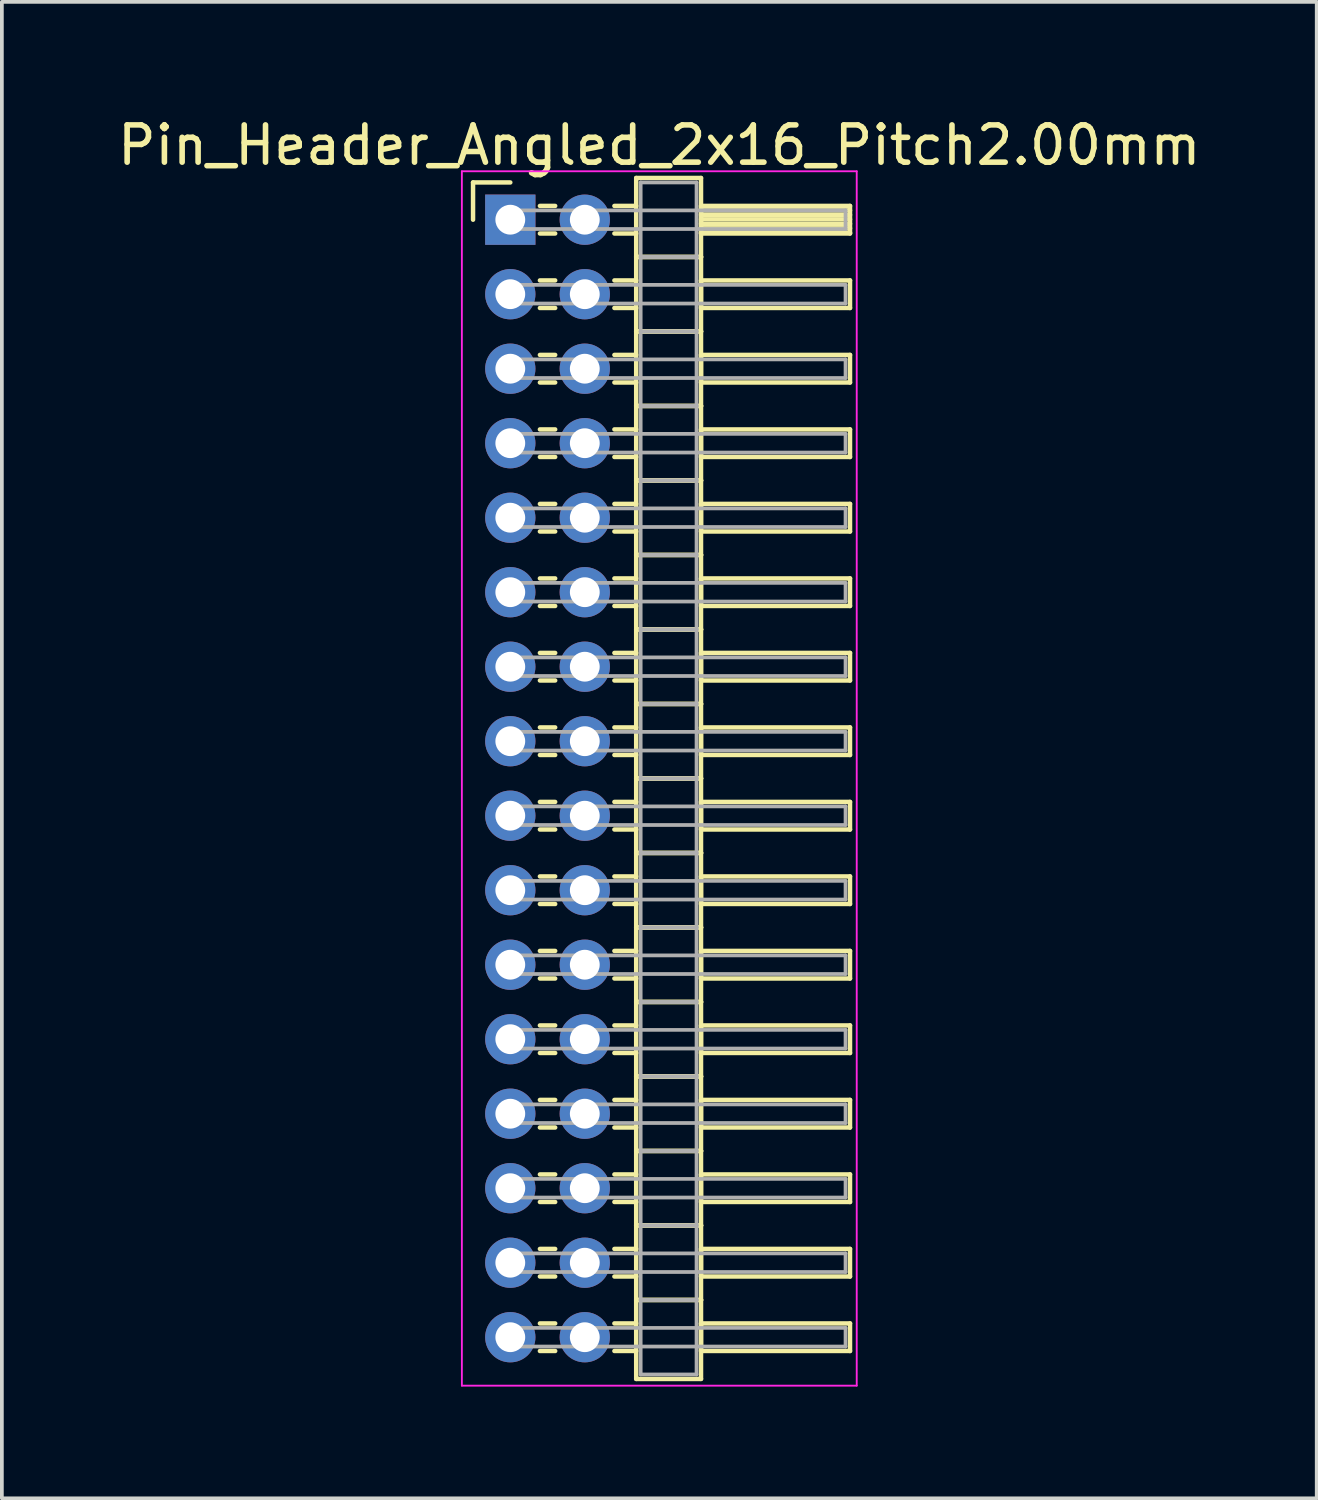
<source format=kicad_pcb>
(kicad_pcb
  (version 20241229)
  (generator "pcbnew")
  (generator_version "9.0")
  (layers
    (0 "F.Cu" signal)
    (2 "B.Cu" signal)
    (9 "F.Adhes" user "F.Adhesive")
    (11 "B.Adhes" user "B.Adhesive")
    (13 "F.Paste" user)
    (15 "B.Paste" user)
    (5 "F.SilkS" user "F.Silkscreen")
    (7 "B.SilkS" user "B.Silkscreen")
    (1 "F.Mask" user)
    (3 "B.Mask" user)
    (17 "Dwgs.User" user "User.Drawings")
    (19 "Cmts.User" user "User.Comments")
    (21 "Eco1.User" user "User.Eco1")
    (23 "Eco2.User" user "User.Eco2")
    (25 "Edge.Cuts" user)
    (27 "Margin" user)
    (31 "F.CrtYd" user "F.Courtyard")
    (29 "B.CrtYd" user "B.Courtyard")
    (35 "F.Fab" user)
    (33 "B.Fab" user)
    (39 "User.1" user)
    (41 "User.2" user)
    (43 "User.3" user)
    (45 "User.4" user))
  (footprint "Pin_Header_Angled_2x16_Pitch2.00mm"
    (layer "F.Cu")
    (at 10.649 2.848)
    (property "Reference" "Pin_Header_Angled_2x16_Pitch2.00mm" (at 4 -2 0) (layer "F.SilkS") (effects (font (size 1 1) (thickness 0.15))))
    (attr through_hole)
    (fp_line (start -1 -1) (end 0 -1) (stroke (width 0.12) (type solid)) (layer "F.SilkS"))
    (fp_line (start -1 0) (end -1 -1) (stroke (width 0.12) (type solid)) (layer "F.SilkS"))
    (fp_line (start 0.795 -0.37) (end 1.205 -0.37) (stroke (width 0.12) (type solid)) (layer "F.SilkS"))
    (fp_line (start 0.795 0.37) (end 1.205 0.37) (stroke (width 0.12) (type solid)) (layer "F.SilkS"))
    (fp_line (start 0.795 1.63) (end 1.205 1.63) (stroke (width 0.12) (type solid)) (layer "F.SilkS"))
    (fp_line (start 0.795 2.37) (end 1.205 2.37) (stroke (width 0.12) (type solid)) (layer "F.SilkS"))
    (fp_line (start 0.795 3.63) (end 1.205 3.63) (stroke (width 0.12) (type solid)) (layer "F.SilkS"))
    (fp_line (start 0.795 4.37) (end 1.205 4.37) (stroke (width 0.12) (type solid)) (layer "F.SilkS"))
    (fp_line (start 0.795 5.63) (end 1.205 5.63) (stroke (width 0.12) (type solid)) (layer "F.SilkS"))
    (fp_line (start 0.795 6.37) (end 1.205 6.37) (stroke (width 0.12) (type solid)) (layer "F.SilkS"))
    (fp_line (start 0.795 7.63) (end 1.205 7.63) (stroke (width 0.12) (type solid)) (layer "F.SilkS"))
    (fp_line (start 0.795 8.37) (end 1.205 8.37) (stroke (width 0.12) (type solid)) (layer "F.SilkS"))
    (fp_line (start 0.795 9.63) (end 1.205 9.63) (stroke (width 0.12) (type solid)) (layer "F.SilkS"))
    (fp_line (start 0.795 10.37) (end 1.205 10.37) (stroke (width 0.12) (type solid)) (layer "F.SilkS"))
    (fp_line (start 0.795 11.63) (end 1.205 11.63) (stroke (width 0.12) (type solid)) (layer "F.SilkS"))
    (fp_line (start 0.795 12.37) (end 1.205 12.37) (stroke (width 0.12) (type solid)) (layer "F.SilkS"))
    (fp_line (start 0.795 13.63) (end 1.205 13.63) (stroke (width 0.12) (type solid)) (layer "F.SilkS"))
    (fp_line (start 0.795 14.37) (end 1.205 14.37) (stroke (width 0.12) (type solid)) (layer "F.SilkS"))
    (fp_line (start 0.795 15.63) (end 1.205 15.63) (stroke (width 0.12) (type solid)) (layer "F.SilkS"))
    (fp_line (start 0.795 16.37) (end 1.205 16.37) (stroke (width 0.12) (type solid)) (layer "F.SilkS"))
    (fp_line (start 0.795 17.63) (end 1.205 17.63) (stroke (width 0.12) (type solid)) (layer "F.SilkS"))
    (fp_line (start 0.795 18.37) (end 1.205 18.37) (stroke (width 0.12) (type solid)) (layer "F.SilkS"))
    (fp_line (start 0.795 19.63) (end 1.205 19.63) (stroke (width 0.12) (type solid)) (layer "F.SilkS"))
    (fp_line (start 0.795 20.37) (end 1.205 20.37) (stroke (width 0.12) (type solid)) (layer "F.SilkS"))
    (fp_line (start 0.795 21.63) (end 1.205 21.63) (stroke (width 0.12) (type solid)) (layer "F.SilkS"))
    (fp_line (start 0.795 22.37) (end 1.205 22.37) (stroke (width 0.12) (type solid)) (layer "F.SilkS"))
    (fp_line (start 0.795 23.63) (end 1.205 23.63) (stroke (width 0.12) (type solid)) (layer "F.SilkS"))
    (fp_line (start 0.795 24.37) (end 1.205 24.37) (stroke (width 0.12) (type solid)) (layer "F.SilkS"))
    (fp_line (start 0.795 25.63) (end 1.205 25.63) (stroke (width 0.12) (type solid)) (layer "F.SilkS"))
    (fp_line (start 0.795 26.37) (end 1.205 26.37) (stroke (width 0.12) (type solid)) (layer "F.SilkS"))
    (fp_line (start 0.795 27.63) (end 1.205 27.63) (stroke (width 0.12) (type solid)) (layer "F.SilkS"))
    (fp_line (start 0.795 28.37) (end 1.205 28.37) (stroke (width 0.12) (type solid)) (layer "F.SilkS"))
    (fp_line (start 0.795 29.63) (end 1.205 29.63) (stroke (width 0.12) (type solid)) (layer "F.SilkS"))
    (fp_line (start 0.795 30.37) (end 1.205 30.37) (stroke (width 0.12) (type solid)) (layer "F.SilkS"))
    (fp_line (start 2.795 -0.37) (end 3.38 -0.37) (stroke (width 0.12) (type solid)) (layer "F.SilkS"))
    (fp_line (start 2.795 0.37) (end 3.38 0.37) (stroke (width 0.12) (type solid)) (layer "F.SilkS"))
    (fp_line (start 2.795 1.63) (end 3.38 1.63) (stroke (width 0.12) (type solid)) (layer "F.SilkS"))
    (fp_line (start 2.795 2.37) (end 3.38 2.37) (stroke (width 0.12) (type solid)) (layer "F.SilkS"))
    (fp_line (start 2.795 3.63) (end 3.38 3.63) (stroke (width 0.12) (type solid)) (layer "F.SilkS"))
    (fp_line (start 2.795 4.37) (end 3.38 4.37) (stroke (width 0.12) (type solid)) (layer "F.SilkS"))
    (fp_line (start 2.795 5.63) (end 3.38 5.63) (stroke (width 0.12) (type solid)) (layer "F.SilkS"))
    (fp_line (start 2.795 6.37) (end 3.38 6.37) (stroke (width 0.12) (type solid)) (layer "F.SilkS"))
    (fp_line (start 2.795 7.63) (end 3.38 7.63) (stroke (width 0.12) (type solid)) (layer "F.SilkS"))
    (fp_line (start 2.795 8.37) (end 3.38 8.37) (stroke (width 0.12) (type solid)) (layer "F.SilkS"))
    (fp_line (start 2.795 9.63) (end 3.38 9.63) (stroke (width 0.12) (type solid)) (layer "F.SilkS"))
    (fp_line (start 2.795 10.37) (end 3.38 10.37) (stroke (width 0.12) (type solid)) (layer "F.SilkS"))
    (fp_line (start 2.795 11.63) (end 3.38 11.63) (stroke (width 0.12) (type solid)) (layer "F.SilkS"))
    (fp_line (start 2.795 12.37) (end 3.38 12.37) (stroke (width 0.12) (type solid)) (layer "F.SilkS"))
    (fp_line (start 2.795 13.63) (end 3.38 13.63) (stroke (width 0.12) (type solid)) (layer "F.SilkS"))
    (fp_line (start 2.795 14.37) (end 3.38 14.37) (stroke (width 0.12) (type solid)) (layer "F.SilkS"))
    (fp_line (start 2.795 15.63) (end 3.38 15.63) (stroke (width 0.12) (type solid)) (layer "F.SilkS"))
    (fp_line (start 2.795 16.37) (end 3.38 16.37) (stroke (width 0.12) (type solid)) (layer "F.SilkS"))
    (fp_line (start 2.795 17.63) (end 3.38 17.63) (stroke (width 0.12) (type solid)) (layer "F.SilkS"))
    (fp_line (start 2.795 18.37) (end 3.38 18.37) (stroke (width 0.12) (type solid)) (layer "F.SilkS"))
    (fp_line (start 2.795 19.63) (end 3.38 19.63) (stroke (width 0.12) (type solid)) (layer "F.SilkS"))
    (fp_line (start 2.795 20.37) (end 3.38 20.37) (stroke (width 0.12) (type solid)) (layer "F.SilkS"))
    (fp_line (start 2.795 21.63) (end 3.38 21.63) (stroke (width 0.12) (type solid)) (layer "F.SilkS"))
    (fp_line (start 2.795 22.37) (end 3.38 22.37) (stroke (width 0.12) (type solid)) (layer "F.SilkS"))
    (fp_line (start 2.795 23.63) (end 3.38 23.63) (stroke (width 0.12) (type solid)) (layer "F.SilkS"))
    (fp_line (start 2.795 24.37) (end 3.38 24.37) (stroke (width 0.12) (type solid)) (layer "F.SilkS"))
    (fp_line (start 2.795 25.63) (end 3.38 25.63) (stroke (width 0.12) (type solid)) (layer "F.SilkS"))
    (fp_line (start 2.795 26.37) (end 3.38 26.37) (stroke (width 0.12) (type solid)) (layer "F.SilkS"))
    (fp_line (start 2.795 27.63) (end 3.38 27.63) (stroke (width 0.12) (type solid)) (layer "F.SilkS"))
    (fp_line (start 2.795 28.37) (end 3.38 28.37) (stroke (width 0.12) (type solid)) (layer "F.SilkS"))
    (fp_line (start 2.795 29.63) (end 3.38 29.63) (stroke (width 0.12) (type solid)) (layer "F.SilkS"))
    (fp_line (start 2.795 30.37) (end 3.38 30.37) (stroke (width 0.12) (type solid)) (layer "F.SilkS"))
    (fp_line (start 3.38 -1.12) (end 3.38 1) (stroke (width 0.12) (type solid)) (layer "F.SilkS"))
    (fp_line (start 3.38 1) (end 3.38 3) (stroke (width 0.12) (type solid)) (layer "F.SilkS"))
    (fp_line (start 3.38 1) (end 5.12 1) (stroke (width 0.12) (type solid)) (layer "F.SilkS"))
    (fp_line (start 3.38 3) (end 3.38 5) (stroke (width 0.12) (type solid)) (layer "F.SilkS"))
    (fp_line (start 3.38 3) (end 5.12 3) (stroke (width 0.12) (type solid)) (layer "F.SilkS"))
    (fp_line (start 3.38 5) (end 3.38 7) (stroke (width 0.12) (type solid)) (layer "F.SilkS"))
    (fp_line (start 3.38 5) (end 5.12 5) (stroke (width 0.12) (type solid)) (layer "F.SilkS"))
    (fp_line (start 3.38 7) (end 3.38 9) (stroke (width 0.12) (type solid)) (layer "F.SilkS"))
    (fp_line (start 3.38 7) (end 5.12 7) (stroke (width 0.12) (type solid)) (layer "F.SilkS"))
    (fp_line (start 3.38 9) (end 3.38 11) (stroke (width 0.12) (type solid)) (layer "F.SilkS"))
    (fp_line (start 3.38 9) (end 5.12 9) (stroke (width 0.12) (type solid)) (layer "F.SilkS"))
    (fp_line (start 3.38 11) (end 3.38 13) (stroke (width 0.12) (type solid)) (layer "F.SilkS"))
    (fp_line (start 3.38 11) (end 5.12 11) (stroke (width 0.12) (type solid)) (layer "F.SilkS"))
    (fp_line (start 3.38 13) (end 3.38 15) (stroke (width 0.12) (type solid)) (layer "F.SilkS"))
    (fp_line (start 3.38 13) (end 5.12 13) (stroke (width 0.12) (type solid)) (layer "F.SilkS"))
    (fp_line (start 3.38 15) (end 3.38 17) (stroke (width 0.12) (type solid)) (layer "F.SilkS"))
    (fp_line (start 3.38 15) (end 5.12 15) (stroke (width 0.12) (type solid)) (layer "F.SilkS"))
    (fp_line (start 3.38 17) (end 3.38 19) (stroke (width 0.12) (type solid)) (layer "F.SilkS"))
    (fp_line (start 3.38 17) (end 5.12 17) (stroke (width 0.12) (type solid)) (layer "F.SilkS"))
    (fp_line (start 3.38 19) (end 3.38 21) (stroke (width 0.12) (type solid)) (layer "F.SilkS"))
    (fp_line (start 3.38 19) (end 5.12 19) (stroke (width 0.12) (type solid)) (layer "F.SilkS"))
    (fp_line (start 3.38 21) (end 3.38 23) (stroke (width 0.12) (type solid)) (layer "F.SilkS"))
    (fp_line (start 3.38 21) (end 5.12 21) (stroke (width 0.12) (type solid)) (layer "F.SilkS"))
    (fp_line (start 3.38 23) (end 3.38 25) (stroke (width 0.12) (type solid)) (layer "F.SilkS"))
    (fp_line (start 3.38 23) (end 5.12 23) (stroke (width 0.12) (type solid)) (layer "F.SilkS"))
    (fp_line (start 3.38 25) (end 3.38 27) (stroke (width 0.12) (type solid)) (layer "F.SilkS"))
    (fp_line (start 3.38 25) (end 5.12 25) (stroke (width 0.12) (type solid)) (layer "F.SilkS"))
    (fp_line (start 3.38 27) (end 3.38 29) (stroke (width 0.12) (type solid)) (layer "F.SilkS"))
    (fp_line (start 3.38 27) (end 5.12 27) (stroke (width 0.12) (type solid)) (layer "F.SilkS"))
    (fp_line (start 3.38 29) (end 3.38 31.12) (stroke (width 0.12) (type solid)) (layer "F.SilkS"))
    (fp_line (start 3.38 29) (end 5.12 29) (stroke (width 0.12) (type solid)) (layer "F.SilkS"))
    (fp_line (start 3.38 31.12) (end 5.12 31.12) (stroke (width 0.12) (type solid)) (layer "F.SilkS"))
    (fp_line (start 5.12 -1.12) (end 3.38 -1.12) (stroke (width 0.12) (type solid)) (layer "F.SilkS"))
    (fp_line (start 5.12 -0.37) (end 5.12 0.37) (stroke (width 0.12) (type solid)) (layer "F.SilkS"))
    (fp_line (start 5.12 -0.25) (end 9.12 -0.25) (stroke (width 0.12) (type solid)) (layer "F.SilkS"))
    (fp_line (start 5.12 -0.13) (end 9.12 -0.13) (stroke (width 0.12) (type solid)) (layer "F.SilkS"))
    (fp_line (start 5.12 -0.01) (end 9.12 -0.01) (stroke (width 0.12) (type solid)) (layer "F.SilkS"))
    (fp_line (start 5.12 0.11) (end 9.12 0.11) (stroke (width 0.12) (type solid)) (layer "F.SilkS"))
    (fp_line (start 5.12 0.23) (end 9.12 0.23) (stroke (width 0.12) (type solid)) (layer "F.SilkS"))
    (fp_line (start 5.12 0.35) (end 9.12 0.35) (stroke (width 0.12) (type solid)) (layer "F.SilkS"))
    (fp_line (start 5.12 0.37) (end 9.12 0.37) (stroke (width 0.12) (type solid)) (layer "F.SilkS"))
    (fp_line (start 5.12 1) (end 3.38 1) (stroke (width 0.12) (type solid)) (layer "F.SilkS"))
    (fp_line (start 5.12 1) (end 5.12 -1.12) (stroke (width 0.12) (type solid)) (layer "F.SilkS"))
    (fp_line (start 5.12 1.63) (end 5.12 2.37) (stroke (width 0.12) (type solid)) (layer "F.SilkS"))
    (fp_line (start 5.12 2.37) (end 9.12 2.37) (stroke (width 0.12) (type solid)) (layer "F.SilkS"))
    (fp_line (start 5.12 3) (end 3.38 3) (stroke (width 0.12) (type solid)) (layer "F.SilkS"))
    (fp_line (start 5.12 3) (end 5.12 1) (stroke (width 0.12) (type solid)) (layer "F.SilkS"))
    (fp_line (start 5.12 3.63) (end 5.12 4.37) (stroke (width 0.12) (type solid)) (layer "F.SilkS"))
    (fp_line (start 5.12 4.37) (end 9.12 4.37) (stroke (width 0.12) (type solid)) (layer "F.SilkS"))
    (fp_line (start 5.12 5) (end 3.38 5) (stroke (width 0.12) (type solid)) (layer "F.SilkS"))
    (fp_line (start 5.12 5) (end 5.12 3) (stroke (width 0.12) (type solid)) (layer "F.SilkS"))
    (fp_line (start 5.12 5.63) (end 5.12 6.37) (stroke (width 0.12) (type solid)) (layer "F.SilkS"))
    (fp_line (start 5.12 6.37) (end 9.12 6.37) (stroke (width 0.12) (type solid)) (layer "F.SilkS"))
    (fp_line (start 5.12 7) (end 3.38 7) (stroke (width 0.12) (type solid)) (layer "F.SilkS"))
    (fp_line (start 5.12 7) (end 5.12 5) (stroke (width 0.12) (type solid)) (layer "F.SilkS"))
    (fp_line (start 5.12 7.63) (end 5.12 8.37) (stroke (width 0.12) (type solid)) (layer "F.SilkS"))
    (fp_line (start 5.12 8.37) (end 9.12 8.37) (stroke (width 0.12) (type solid)) (layer "F.SilkS"))
    (fp_line (start 5.12 9) (end 3.38 9) (stroke (width 0.12) (type solid)) (layer "F.SilkS"))
    (fp_line (start 5.12 9) (end 5.12 7) (stroke (width 0.12) (type solid)) (layer "F.SilkS"))
    (fp_line (start 5.12 9.63) (end 5.12 10.37) (stroke (width 0.12) (type solid)) (layer "F.SilkS"))
    (fp_line (start 5.12 10.37) (end 9.12 10.37) (stroke (width 0.12) (type solid)) (layer "F.SilkS"))
    (fp_line (start 5.12 11) (end 3.38 11) (stroke (width 0.12) (type solid)) (layer "F.SilkS"))
    (fp_line (start 5.12 11) (end 5.12 9) (stroke (width 0.12) (type solid)) (layer "F.SilkS"))
    (fp_line (start 5.12 11.63) (end 5.12 12.37) (stroke (width 0.12) (type solid)) (layer "F.SilkS"))
    (fp_line (start 5.12 12.37) (end 9.12 12.37) (stroke (width 0.12) (type solid)) (layer "F.SilkS"))
    (fp_line (start 5.12 13) (end 3.38 13) (stroke (width 0.12) (type solid)) (layer "F.SilkS"))
    (fp_line (start 5.12 13) (end 5.12 11) (stroke (width 0.12) (type solid)) (layer "F.SilkS"))
    (fp_line (start 5.12 13.63) (end 5.12 14.37) (stroke (width 0.12) (type solid)) (layer "F.SilkS"))
    (fp_line (start 5.12 14.37) (end 9.12 14.37) (stroke (width 0.12) (type solid)) (layer "F.SilkS"))
    (fp_line (start 5.12 15) (end 3.38 15) (stroke (width 0.12) (type solid)) (layer "F.SilkS"))
    (fp_line (start 5.12 15) (end 5.12 13) (stroke (width 0.12) (type solid)) (layer "F.SilkS"))
    (fp_line (start 5.12 15.63) (end 5.12 16.37) (stroke (width 0.12) (type solid)) (layer "F.SilkS"))
    (fp_line (start 5.12 16.37) (end 9.12 16.37) (stroke (width 0.12) (type solid)) (layer "F.SilkS"))
    (fp_line (start 5.12 17) (end 3.38 17) (stroke (width 0.12) (type solid)) (layer "F.SilkS"))
    (fp_line (start 5.12 17) (end 5.12 15) (stroke (width 0.12) (type solid)) (layer "F.SilkS"))
    (fp_line (start 5.12 17.63) (end 5.12 18.37) (stroke (width 0.12) (type solid)) (layer "F.SilkS"))
    (fp_line (start 5.12 18.37) (end 9.12 18.37) (stroke (width 0.12) (type solid)) (layer "F.SilkS"))
    (fp_line (start 5.12 19) (end 3.38 19) (stroke (width 0.12) (type solid)) (layer "F.SilkS"))
    (fp_line (start 5.12 19) (end 5.12 17) (stroke (width 0.12) (type solid)) (layer "F.SilkS"))
    (fp_line (start 5.12 19.63) (end 5.12 20.37) (stroke (width 0.12) (type solid)) (layer "F.SilkS"))
    (fp_line (start 5.12 20.37) (end 9.12 20.37) (stroke (width 0.12) (type solid)) (layer "F.SilkS"))
    (fp_line (start 5.12 21) (end 3.38 21) (stroke (width 0.12) (type solid)) (layer "F.SilkS"))
    (fp_line (start 5.12 21) (end 5.12 19) (stroke (width 0.12) (type solid)) (layer "F.SilkS"))
    (fp_line (start 5.12 21.63) (end 5.12 22.37) (stroke (width 0.12) (type solid)) (layer "F.SilkS"))
    (fp_line (start 5.12 22.37) (end 9.12 22.37) (stroke (width 0.12) (type solid)) (layer "F.SilkS"))
    (fp_line (start 5.12 23) (end 3.38 23) (stroke (width 0.12) (type solid)) (layer "F.SilkS"))
    (fp_line (start 5.12 23) (end 5.12 21) (stroke (width 0.12) (type solid)) (layer "F.SilkS"))
    (fp_line (start 5.12 23.63) (end 5.12 24.37) (stroke (width 0.12) (type solid)) (layer "F.SilkS"))
    (fp_line (start 5.12 24.37) (end 9.12 24.37) (stroke (width 0.12) (type solid)) (layer "F.SilkS"))
    (fp_line (start 5.12 25) (end 3.38 25) (stroke (width 0.12) (type solid)) (layer "F.SilkS"))
    (fp_line (start 5.12 25) (end 5.12 23) (stroke (width 0.12) (type solid)) (layer "F.SilkS"))
    (fp_line (start 5.12 25.63) (end 5.12 26.37) (stroke (width 0.12) (type solid)) (layer "F.SilkS"))
    (fp_line (start 5.12 26.37) (end 9.12 26.37) (stroke (width 0.12) (type solid)) (layer "F.SilkS"))
    (fp_line (start 5.12 27) (end 3.38 27) (stroke (width 0.12) (type solid)) (layer "F.SilkS"))
    (fp_line (start 5.12 27) (end 5.12 25) (stroke (width 0.12) (type solid)) (layer "F.SilkS"))
    (fp_line (start 5.12 27.63) (end 5.12 28.37) (stroke (width 0.12) (type solid)) (layer "F.SilkS"))
    (fp_line (start 5.12 28.37) (end 9.12 28.37) (stroke (width 0.12) (type solid)) (layer "F.SilkS"))
    (fp_line (start 5.12 29) (end 3.38 29) (stroke (width 0.12) (type solid)) (layer "F.SilkS"))
    (fp_line (start 5.12 29) (end 5.12 27) (stroke (width 0.12) (type solid)) (layer "F.SilkS"))
    (fp_line (start 5.12 29.63) (end 5.12 30.37) (stroke (width 0.12) (type solid)) (layer "F.SilkS"))
    (fp_line (start 5.12 30.37) (end 9.12 30.37) (stroke (width 0.12) (type solid)) (layer "F.SilkS"))
    (fp_line (start 5.12 31.12) (end 5.12 29) (stroke (width 0.12) (type solid)) (layer "F.SilkS"))
    (fp_line (start 9.12 -0.37) (end 5.12 -0.37) (stroke (width 0.12) (type solid)) (layer "F.SilkS"))
    (fp_line (start 9.12 0.37) (end 9.12 -0.37) (stroke (width 0.12) (type solid)) (layer "F.SilkS"))
    (fp_line (start 9.12 1.63) (end 5.12 1.63) (stroke (width 0.12) (type solid)) (layer "F.SilkS"))
    (fp_line (start 9.12 2.37) (end 9.12 1.63) (stroke (width 0.12) (type solid)) (layer "F.SilkS"))
    (fp_line (start 9.12 3.63) (end 5.12 3.63) (stroke (width 0.12) (type solid)) (layer "F.SilkS"))
    (fp_line (start 9.12 4.37) (end 9.12 3.63) (stroke (width 0.12) (type solid)) (layer "F.SilkS"))
    (fp_line (start 9.12 5.63) (end 5.12 5.63) (stroke (width 0.12) (type solid)) (layer "F.SilkS"))
    (fp_line (start 9.12 6.37) (end 9.12 5.63) (stroke (width 0.12) (type solid)) (layer "F.SilkS"))
    (fp_line (start 9.12 7.63) (end 5.12 7.63) (stroke (width 0.12) (type solid)) (layer "F.SilkS"))
    (fp_line (start 9.12 8.37) (end 9.12 7.63) (stroke (width 0.12) (type solid)) (layer "F.SilkS"))
    (fp_line (start 9.12 9.63) (end 5.12 9.63) (stroke (width 0.12) (type solid)) (layer "F.SilkS"))
    (fp_line (start 9.12 10.37) (end 9.12 9.63) (stroke (width 0.12) (type solid)) (layer "F.SilkS"))
    (fp_line (start 9.12 11.63) (end 5.12 11.63) (stroke (width 0.12) (type solid)) (layer "F.SilkS"))
    (fp_line (start 9.12 12.37) (end 9.12 11.63) (stroke (width 0.12) (type solid)) (layer "F.SilkS"))
    (fp_line (start 9.12 13.63) (end 5.12 13.63) (stroke (width 0.12) (type solid)) (layer "F.SilkS"))
    (fp_line (start 9.12 14.37) (end 9.12 13.63) (stroke (width 0.12) (type solid)) (layer "F.SilkS"))
    (fp_line (start 9.12 15.63) (end 5.12 15.63) (stroke (width 0.12) (type solid)) (layer "F.SilkS"))
    (fp_line (start 9.12 16.37) (end 9.12 15.63) (stroke (width 0.12) (type solid)) (layer "F.SilkS"))
    (fp_line (start 9.12 17.63) (end 5.12 17.63) (stroke (width 0.12) (type solid)) (layer "F.SilkS"))
    (fp_line (start 9.12 18.37) (end 9.12 17.63) (stroke (width 0.12) (type solid)) (layer "F.SilkS"))
    (fp_line (start 9.12 19.63) (end 5.12 19.63) (stroke (width 0.12) (type solid)) (layer "F.SilkS"))
    (fp_line (start 9.12 20.37) (end 9.12 19.63) (stroke (width 0.12) (type solid)) (layer "F.SilkS"))
    (fp_line (start 9.12 21.63) (end 5.12 21.63) (stroke (width 0.12) (type solid)) (layer "F.SilkS"))
    (fp_line (start 9.12 22.37) (end 9.12 21.63) (stroke (width 0.12) (type solid)) (layer "F.SilkS"))
    (fp_line (start 9.12 23.63) (end 5.12 23.63) (stroke (width 0.12) (type solid)) (layer "F.SilkS"))
    (fp_line (start 9.12 24.37) (end 9.12 23.63) (stroke (width 0.12) (type solid)) (layer "F.SilkS"))
    (fp_line (start 9.12 25.63) (end 5.12 25.63) (stroke (width 0.12) (type solid)) (layer "F.SilkS"))
    (fp_line (start 9.12 26.37) (end 9.12 25.63) (stroke (width 0.12) (type solid)) (layer "F.SilkS"))
    (fp_line (start 9.12 27.63) (end 5.12 27.63) (stroke (width 0.12) (type solid)) (layer "F.SilkS"))
    (fp_line (start 9.12 28.37) (end 9.12 27.63) (stroke (width 0.12) (type solid)) (layer "F.SilkS"))
    (fp_line (start 9.12 29.63) (end 5.12 29.63) (stroke (width 0.12) (type solid)) (layer "F.SilkS"))
    (fp_line (start 9.12 30.37) (end 9.12 29.63) (stroke (width 0.12) (type solid)) (layer "F.SilkS"))
    (fp_line (start -1.3 -1.3) (end -1.3 31.3) (stroke (width 0.05) (type solid)) (layer "F.CrtYd"))
    (fp_line (start -1.3 31.3) (end 9.3 31.3) (stroke (width 0.05) (type solid)) (layer "F.CrtYd"))
    (fp_line (start 9.3 -1.3) (end -1.3 -1.3) (stroke (width 0.05) (type solid)) (layer "F.CrtYd"))
    (fp_line (start 9.3 31.3) (end 9.3 -1.3) (stroke (width 0.05) (type solid)) (layer "F.CrtYd"))
    (fp_line (start 0 -0.25) (end 0 0.25) (stroke (width 0.1) (type solid)) (layer "F.Fab"))
    (fp_line (start 0 0.25) (end 9 0.25) (stroke (width 0.1) (type solid)) (layer "F.Fab"))
    (fp_line (start 0 1.75) (end 0 2.25) (stroke (width 0.1) (type solid)) (layer "F.Fab"))
    (fp_line (start 0 2.25) (end 9 2.25) (stroke (width 0.1) (type solid)) (layer "F.Fab"))
    (fp_line (start 0 3.75) (end 0 4.25) (stroke (width 0.1) (type solid)) (layer "F.Fab"))
    (fp_line (start 0 4.25) (end 9 4.25) (stroke (width 0.1) (type solid)) (layer "F.Fab"))
    (fp_line (start 0 5.75) (end 0 6.25) (stroke (width 0.1) (type solid)) (layer "F.Fab"))
    (fp_line (start 0 6.25) (end 9 6.25) (stroke (width 0.1) (type solid)) (layer "F.Fab"))
    (fp_line (start 0 7.75) (end 0 8.25) (stroke (width 0.1) (type solid)) (layer "F.Fab"))
    (fp_line (start 0 8.25) (end 9 8.25) (stroke (width 0.1) (type solid)) (layer "F.Fab"))
    (fp_line (start 0 9.75) (end 0 10.25) (stroke (width 0.1) (type solid)) (layer "F.Fab"))
    (fp_line (start 0 10.25) (end 9 10.25) (stroke (width 0.1) (type solid)) (layer "F.Fab"))
    (fp_line (start 0 11.75) (end 0 12.25) (stroke (width 0.1) (type solid)) (layer "F.Fab"))
    (fp_line (start 0 12.25) (end 9 12.25) (stroke (width 0.1) (type solid)) (layer "F.Fab"))
    (fp_line (start 0 13.75) (end 0 14.25) (stroke (width 0.1) (type solid)) (layer "F.Fab"))
    (fp_line (start 0 14.25) (end 9 14.25) (stroke (width 0.1) (type solid)) (layer "F.Fab"))
    (fp_line (start 0 15.75) (end 0 16.25) (stroke (width 0.1) (type solid)) (layer "F.Fab"))
    (fp_line (start 0 16.25) (end 9 16.25) (stroke (width 0.1) (type solid)) (layer "F.Fab"))
    (fp_line (start 0 17.75) (end 0 18.25) (stroke (width 0.1) (type solid)) (layer "F.Fab"))
    (fp_line (start 0 18.25) (end 9 18.25) (stroke (width 0.1) (type solid)) (layer "F.Fab"))
    (fp_line (start 0 19.75) (end 0 20.25) (stroke (width 0.1) (type solid)) (layer "F.Fab"))
    (fp_line (start 0 20.25) (end 9 20.25) (stroke (width 0.1) (type solid)) (layer "F.Fab"))
    (fp_line (start 0 21.75) (end 0 22.25) (stroke (width 0.1) (type solid)) (layer "F.Fab"))
    (fp_line (start 0 22.25) (end 9 22.25) (stroke (width 0.1) (type solid)) (layer "F.Fab"))
    (fp_line (start 0 23.75) (end 0 24.25) (stroke (width 0.1) (type solid)) (layer "F.Fab"))
    (fp_line (start 0 24.25) (end 9 24.25) (stroke (width 0.1) (type solid)) (layer "F.Fab"))
    (fp_line (start 0 25.75) (end 0 26.25) (stroke (width 0.1) (type solid)) (layer "F.Fab"))
    (fp_line (start 0 26.25) (end 9 26.25) (stroke (width 0.1) (type solid)) (layer "F.Fab"))
    (fp_line (start 0 27.75) (end 0 28.25) (stroke (width 0.1) (type solid)) (layer "F.Fab"))
    (fp_line (start 0 28.25) (end 9 28.25) (stroke (width 0.1) (type solid)) (layer "F.Fab"))
    (fp_line (start 0 29.75) (end 0 30.25) (stroke (width 0.1) (type solid)) (layer "F.Fab"))
    (fp_line (start 0 30.25) (end 9 30.25) (stroke (width 0.1) (type solid)) (layer "F.Fab"))
    (fp_line (start 3.5 -1) (end 3.5 1) (stroke (width 0.1) (type solid)) (layer "F.Fab"))
    (fp_line (start 3.5 1) (end 3.5 3) (stroke (width 0.1) (type solid)) (layer "F.Fab"))
    (fp_line (start 3.5 1) (end 5 1) (stroke (width 0.1) (type solid)) (layer "F.Fab"))
    (fp_line (start 3.5 3) (end 3.5 5) (stroke (width 0.1) (type solid)) (layer "F.Fab"))
    (fp_line (start 3.5 3) (end 5 3) (stroke (width 0.1) (type solid)) (layer "F.Fab"))
    (fp_line (start 3.5 5) (end 3.5 7) (stroke (width 0.1) (type solid)) (layer "F.Fab"))
    (fp_line (start 3.5 5) (end 5 5) (stroke (width 0.1) (type solid)) (layer "F.Fab"))
    (fp_line (start 3.5 7) (end 3.5 9) (stroke (width 0.1) (type solid)) (layer "F.Fab"))
    (fp_line (start 3.5 7) (end 5 7) (stroke (width 0.1) (type solid)) (layer "F.Fab"))
    (fp_line (start 3.5 9) (end 3.5 11) (stroke (width 0.1) (type solid)) (layer "F.Fab"))
    (fp_line (start 3.5 9) (end 5 9) (stroke (width 0.1) (type solid)) (layer "F.Fab"))
    (fp_line (start 3.5 11) (end 3.5 13) (stroke (width 0.1) (type solid)) (layer "F.Fab"))
    (fp_line (start 3.5 11) (end 5 11) (stroke (width 0.1) (type solid)) (layer "F.Fab"))
    (fp_line (start 3.5 13) (end 3.5 15) (stroke (width 0.1) (type solid)) (layer "F.Fab"))
    (fp_line (start 3.5 13) (end 5 13) (stroke (width 0.1) (type solid)) (layer "F.Fab"))
    (fp_line (start 3.5 15) (end 3.5 17) (stroke (width 0.1) (type solid)) (layer "F.Fab"))
    (fp_line (start 3.5 15) (end 5 15) (stroke (width 0.1) (type solid)) (layer "F.Fab"))
    (fp_line (start 3.5 17) (end 3.5 19) (stroke (width 0.1) (type solid)) (layer "F.Fab"))
    (fp_line (start 3.5 17) (end 5 17) (stroke (width 0.1) (type solid)) (layer "F.Fab"))
    (fp_line (start 3.5 19) (end 3.5 21) (stroke (width 0.1) (type solid)) (layer "F.Fab"))
    (fp_line (start 3.5 19) (end 5 19) (stroke (width 0.1) (type solid)) (layer "F.Fab"))
    (fp_line (start 3.5 21) (end 3.5 23) (stroke (width 0.1) (type solid)) (layer "F.Fab"))
    (fp_line (start 3.5 21) (end 5 21) (stroke (width 0.1) (type solid)) (layer "F.Fab"))
    (fp_line (start 3.5 23) (end 3.5 25) (stroke (width 0.1) (type solid)) (layer "F.Fab"))
    (fp_line (start 3.5 23) (end 5 23) (stroke (width 0.1) (type solid)) (layer "F.Fab"))
    (fp_line (start 3.5 25) (end 3.5 27) (stroke (width 0.1) (type solid)) (layer "F.Fab"))
    (fp_line (start 3.5 25) (end 5 25) (stroke (width 0.1) (type solid)) (layer "F.Fab"))
    (fp_line (start 3.5 27) (end 3.5 29) (stroke (width 0.1) (type solid)) (layer "F.Fab"))
    (fp_line (start 3.5 27) (end 5 27) (stroke (width 0.1) (type solid)) (layer "F.Fab"))
    (fp_line (start 3.5 29) (end 3.5 31) (stroke (width 0.1) (type solid)) (layer "F.Fab"))
    (fp_line (start 3.5 29) (end 5 29) (stroke (width 0.1) (type solid)) (layer "F.Fab"))
    (fp_line (start 3.5 31) (end 5 31) (stroke (width 0.1) (type solid)) (layer "F.Fab"))
    (fp_line (start 5 -1) (end 3.5 -1) (stroke (width 0.1) (type solid)) (layer "F.Fab"))
    (fp_line (start 5 1) (end 3.5 1) (stroke (width 0.1) (type solid)) (layer "F.Fab"))
    (fp_line (start 5 1) (end 5 -1) (stroke (width 0.1) (type solid)) (layer "F.Fab"))
    (fp_line (start 5 3) (end 3.5 3) (stroke (width 0.1) (type solid)) (layer "F.Fab"))
    (fp_line (start 5 3) (end 5 1) (stroke (width 0.1) (type solid)) (layer "F.Fab"))
    (fp_line (start 5 5) (end 3.5 5) (stroke (width 0.1) (type solid)) (layer "F.Fab"))
    (fp_line (start 5 5) (end 5 3) (stroke (width 0.1) (type solid)) (layer "F.Fab"))
    (fp_line (start 5 7) (end 3.5 7) (stroke (width 0.1) (type solid)) (layer "F.Fab"))
    (fp_line (start 5 7) (end 5 5) (stroke (width 0.1) (type solid)) (layer "F.Fab"))
    (fp_line (start 5 9) (end 3.5 9) (stroke (width 0.1) (type solid)) (layer "F.Fab"))
    (fp_line (start 5 9) (end 5 7) (stroke (width 0.1) (type solid)) (layer "F.Fab"))
    (fp_line (start 5 11) (end 3.5 11) (stroke (width 0.1) (type solid)) (layer "F.Fab"))
    (fp_line (start 5 11) (end 5 9) (stroke (width 0.1) (type solid)) (layer "F.Fab"))
    (fp_line (start 5 13) (end 3.5 13) (stroke (width 0.1) (type solid)) (layer "F.Fab"))
    (fp_line (start 5 13) (end 5 11) (stroke (width 0.1) (type solid)) (layer "F.Fab"))
    (fp_line (start 5 15) (end 3.5 15) (stroke (width 0.1) (type solid)) (layer "F.Fab"))
    (fp_line (start 5 15) (end 5 13) (stroke (width 0.1) (type solid)) (layer "F.Fab"))
    (fp_line (start 5 17) (end 3.5 17) (stroke (width 0.1) (type solid)) (layer "F.Fab"))
    (fp_line (start 5 17) (end 5 15) (stroke (width 0.1) (type solid)) (layer "F.Fab"))
    (fp_line (start 5 19) (end 3.5 19) (stroke (width 0.1) (type solid)) (layer "F.Fab"))
    (fp_line (start 5 19) (end 5 17) (stroke (width 0.1) (type solid)) (layer "F.Fab"))
    (fp_line (start 5 21) (end 3.5 21) (stroke (width 0.1) (type solid)) (layer "F.Fab"))
    (fp_line (start 5 21) (end 5 19) (stroke (width 0.1) (type solid)) (layer "F.Fab"))
    (fp_line (start 5 23) (end 3.5 23) (stroke (width 0.1) (type solid)) (layer "F.Fab"))
    (fp_line (start 5 23) (end 5 21) (stroke (width 0.1) (type solid)) (layer "F.Fab"))
    (fp_line (start 5 25) (end 3.5 25) (stroke (width 0.1) (type solid)) (layer "F.Fab"))
    (fp_line (start 5 25) (end 5 23) (stroke (width 0.1) (type solid)) (layer "F.Fab"))
    (fp_line (start 5 27) (end 3.5 27) (stroke (width 0.1) (type solid)) (layer "F.Fab"))
    (fp_line (start 5 27) (end 5 25) (stroke (width 0.1) (type solid)) (layer "F.Fab"))
    (fp_line (start 5 29) (end 3.5 29) (stroke (width 0.1) (type solid)) (layer "F.Fab"))
    (fp_line (start 5 29) (end 5 27) (stroke (width 0.1) (type solid)) (layer "F.Fab"))
    (fp_line (start 5 31) (end 5 29) (stroke (width 0.1) (type solid)) (layer "F.Fab"))
    (fp_line (start 9 -0.25) (end 0 -0.25) (stroke (width 0.1) (type solid)) (layer "F.Fab"))
    (fp_line (start 9 0.25) (end 9 -0.25) (stroke (width 0.1) (type solid)) (layer "F.Fab"))
    (fp_line (start 9 1.75) (end 0 1.75) (stroke (width 0.1) (type solid)) (layer "F.Fab"))
    (fp_line (start 9 2.25) (end 9 1.75) (stroke (width 0.1) (type solid)) (layer "F.Fab"))
    (fp_line (start 9 3.75) (end 0 3.75) (stroke (width 0.1) (type solid)) (layer "F.Fab"))
    (fp_line (start 9 4.25) (end 9 3.75) (stroke (width 0.1) (type solid)) (layer "F.Fab"))
    (fp_line (start 9 5.75) (end 0 5.75) (stroke (width 0.1) (type solid)) (layer "F.Fab"))
    (fp_line (start 9 6.25) (end 9 5.75) (stroke (width 0.1) (type solid)) (layer "F.Fab"))
    (fp_line (start 9 7.75) (end 0 7.75) (stroke (width 0.1) (type solid)) (layer "F.Fab"))
    (fp_line (start 9 8.25) (end 9 7.75) (stroke (width 0.1) (type solid)) (layer "F.Fab"))
    (fp_line (start 9 9.75) (end 0 9.75) (stroke (width 0.1) (type solid)) (layer "F.Fab"))
    (fp_line (start 9 10.25) (end 9 9.75) (stroke (width 0.1) (type solid)) (layer "F.Fab"))
    (fp_line (start 9 11.75) (end 0 11.75) (stroke (width 0.1) (type solid)) (layer "F.Fab"))
    (fp_line (start 9 12.25) (end 9 11.75) (stroke (width 0.1) (type solid)) (layer "F.Fab"))
    (fp_line (start 9 13.75) (end 0 13.75) (stroke (width 0.1) (type solid)) (layer "F.Fab"))
    (fp_line (start 9 14.25) (end 9 13.75) (stroke (width 0.1) (type solid)) (layer "F.Fab"))
    (fp_line (start 9 15.75) (end 0 15.75) (stroke (width 0.1) (type solid)) (layer "F.Fab"))
    (fp_line (start 9 16.25) (end 9 15.75) (stroke (width 0.1) (type solid)) (layer "F.Fab"))
    (fp_line (start 9 17.75) (end 0 17.75) (stroke (width 0.1) (type solid)) (layer "F.Fab"))
    (fp_line (start 9 18.25) (end 9 17.75) (stroke (width 0.1) (type solid)) (layer "F.Fab"))
    (fp_line (start 9 19.75) (end 0 19.75) (stroke (width 0.1) (type solid)) (layer "F.Fab"))
    (fp_line (start 9 20.25) (end 9 19.75) (stroke (width 0.1) (type solid)) (layer "F.Fab"))
    (fp_line (start 9 21.75) (end 0 21.75) (stroke (width 0.1) (type solid)) (layer "F.Fab"))
    (fp_line (start 9 22.25) (end 9 21.75) (stroke (width 0.1) (type solid)) (layer "F.Fab"))
    (fp_line (start 9 23.75) (end 0 23.75) (stroke (width 0.1) (type solid)) (layer "F.Fab"))
    (fp_line (start 9 24.25) (end 9 23.75) (stroke (width 0.1) (type solid)) (layer "F.Fab"))
    (fp_line (start 9 25.75) (end 0 25.75) (stroke (width 0.1) (type solid)) (layer "F.Fab"))
    (fp_line (start 9 26.25) (end 9 25.75) (stroke (width 0.1) (type solid)) (layer "F.Fab"))
    (fp_line (start 9 27.75) (end 0 27.75) (stroke (width 0.1) (type solid)) (layer "F.Fab"))
    (fp_line (start 9 28.25) (end 9 27.75) (stroke (width 0.1) (type solid)) (layer "F.Fab"))
    (fp_line (start 9 29.75) (end 0 29.75) (stroke (width 0.1) (type solid)) (layer "F.Fab"))
    (fp_line (start 9 30.25) (end 9 29.75) (stroke (width 0.1) (type solid)) (layer "F.Fab"))
    (pad "1" thru_hole rect (at 0 0) (size 1.35 1.35) (drill 0.8) (layers "*.Cu" "*.Mask"))
    (pad "2" thru_hole oval (at 2 0) (size 1.35 1.35) (drill 0.8) (layers "*.Cu" "*.Mask"))
    (pad "3" thru_hole oval (at 0 2) (size 1.35 1.35) (drill 0.8) (layers "*.Cu" "*.Mask"))
    (pad "4" thru_hole oval (at 2 2) (size 1.35 1.35) (drill 0.8) (layers "*.Cu" "*.Mask"))
    (pad "5" thru_hole oval (at 0 4) (size 1.35 1.35) (drill 0.8) (layers "*.Cu" "*.Mask"))
    (pad "6" thru_hole oval (at 2 4) (size 1.35 1.35) (drill 0.8) (layers "*.Cu" "*.Mask"))
    (pad "7" thru_hole oval (at 0 6) (size 1.35 1.35) (drill 0.8) (layers "*.Cu" "*.Mask"))
    (pad "8" thru_hole oval (at 2 6) (size 1.35 1.35) (drill 0.8) (layers "*.Cu" "*.Mask"))
    (pad "9" thru_hole oval (at 0 8) (size 1.35 1.35) (drill 0.8) (layers "*.Cu" "*.Mask"))
    (pad "10" thru_hole oval (at 2 8) (size 1.35 1.35) (drill 0.8) (layers "*.Cu" "*.Mask"))
    (pad "11" thru_hole oval (at 0 10) (size 1.35 1.35) (drill 0.8) (layers "*.Cu" "*.Mask"))
    (pad "12" thru_hole oval (at 2 10) (size 1.35 1.35) (drill 0.8) (layers "*.Cu" "*.Mask"))
    (pad "13" thru_hole oval (at 0 12) (size 1.35 1.35) (drill 0.8) (layers "*.Cu" "*.Mask"))
    (pad "14" thru_hole oval (at 2 12) (size 1.35 1.35) (drill 0.8) (layers "*.Cu" "*.Mask"))
    (pad "15" thru_hole oval (at 0 14) (size 1.35 1.35) (drill 0.8) (layers "*.Cu" "*.Mask"))
    (pad "16" thru_hole oval (at 2 14) (size 1.35 1.35) (drill 0.8) (layers "*.Cu" "*.Mask"))
    (pad "17" thru_hole oval (at 0 16) (size 1.35 1.35) (drill 0.8) (layers "*.Cu" "*.Mask"))
    (pad "18" thru_hole oval (at 2 16) (size 1.35 1.35) (drill 0.8) (layers "*.Cu" "*.Mask"))
    (pad "19" thru_hole oval (at 0 18) (size 1.35 1.35) (drill 0.8) (layers "*.Cu" "*.Mask"))
    (pad "20" thru_hole oval (at 2 18) (size 1.35 1.35) (drill 0.8) (layers "*.Cu" "*.Mask"))
    (pad "21" thru_hole oval (at 0 20) (size 1.35 1.35) (drill 0.8) (layers "*.Cu" "*.Mask"))
    (pad "22" thru_hole oval (at 2 20) (size 1.35 1.35) (drill 0.8) (layers "*.Cu" "*.Mask"))
    (pad "23" thru_hole oval (at 0 22) (size 1.35 1.35) (drill 0.8) (layers "*.Cu" "*.Mask"))
    (pad "24" thru_hole oval (at 2 22) (size 1.35 1.35) (drill 0.8) (layers "*.Cu" "*.Mask"))
    (pad "25" thru_hole oval (at 0 24) (size 1.35 1.35) (drill 0.8) (layers "*.Cu" "*.Mask"))
    (pad "26" thru_hole oval (at 2 24) (size 1.35 1.35) (drill 0.8) (layers "*.Cu" "*.Mask"))
    (pad "27" thru_hole oval (at 0 26) (size 1.35 1.35) (drill 0.8) (layers "*.Cu" "*.Mask"))
    (pad "28" thru_hole oval (at 2 26) (size 1.35 1.35) (drill 0.8) (layers "*.Cu" "*.Mask"))
    (pad "29" thru_hole oval (at 0 28) (size 1.35 1.35) (drill 0.8) (layers "*.Cu" "*.Mask"))
    (pad "30" thru_hole oval (at 2 28) (size 1.35 1.35) (drill 0.8) (layers "*.Cu" "*.Mask"))
    (pad "31" thru_hole oval (at 0 30) (size 1.35 1.35) (drill 0.8) (layers "*.Cu" "*.Mask"))
    (pad "32" thru_hole oval (at 2 30) (size 1.35 1.35) (drill 0.8) (layers "*.Cu" "*.Mask")))
  (gr_rect
    (start -3 -3)
    (end 32.298 37.173)
    (stroke (width 0.1) (type default))
    (fill no)
    (layer "Edge.Cuts")))
</source>
